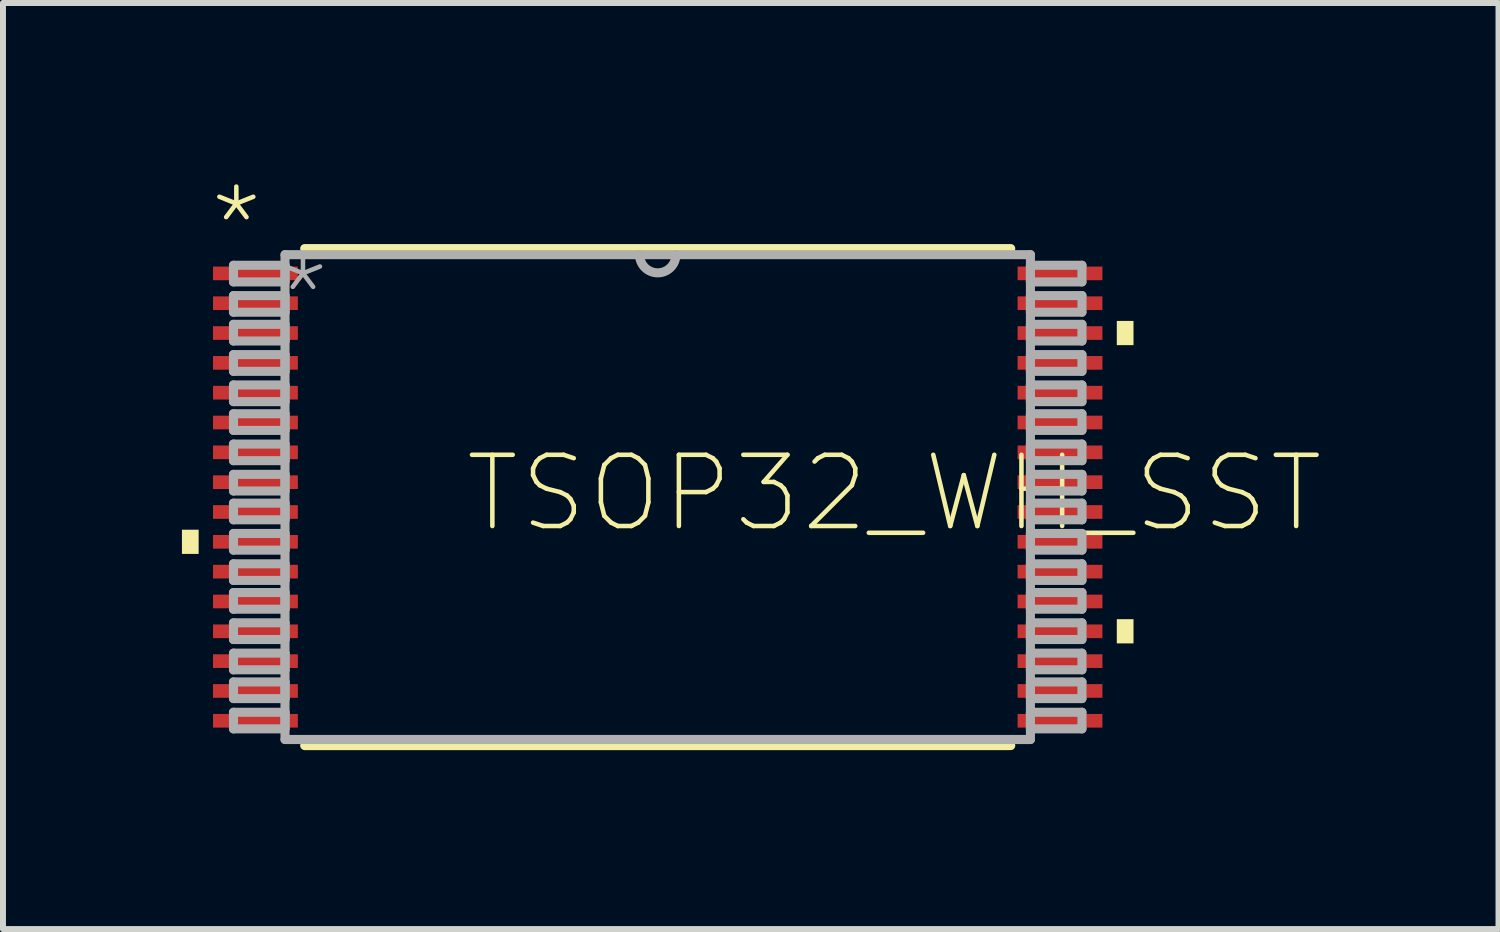
<source format=kicad_pcb>
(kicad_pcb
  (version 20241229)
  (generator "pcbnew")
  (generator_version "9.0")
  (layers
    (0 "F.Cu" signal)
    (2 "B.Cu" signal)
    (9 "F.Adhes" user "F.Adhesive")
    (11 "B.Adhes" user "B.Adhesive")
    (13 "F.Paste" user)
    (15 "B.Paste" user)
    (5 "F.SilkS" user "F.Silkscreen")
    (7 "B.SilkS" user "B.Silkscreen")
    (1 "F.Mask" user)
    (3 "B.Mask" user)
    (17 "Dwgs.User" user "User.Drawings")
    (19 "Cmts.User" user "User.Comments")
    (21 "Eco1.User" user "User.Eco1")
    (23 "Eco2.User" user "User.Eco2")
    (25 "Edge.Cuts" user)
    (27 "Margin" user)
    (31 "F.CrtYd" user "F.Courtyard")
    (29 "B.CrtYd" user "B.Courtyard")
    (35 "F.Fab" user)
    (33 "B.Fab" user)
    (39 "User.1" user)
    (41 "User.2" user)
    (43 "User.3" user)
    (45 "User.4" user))
  (footprint "TSOP32_WH_SST"
    (layer "F.Cu")
    (at 7.976 5.283)
    (property "Reference" "TSOP32_WH_SST" (at -3.277 0.635 0) (unlocked yes) (layer "F.SilkS") (effects (font (size 1.194 1.194) (thickness 0.076)) (justify left bottom)))
    (fp_line (start -5.918 4.166) (end 5.918 4.166) (stroke (width 0.152) (type solid)) (layer "F.SilkS"))
    (fp_line (start 5.918 -4.166) (end -5.918 -4.166) (stroke (width 0.152) (type solid)) (layer "F.SilkS"))
    (fp_poly (pts (xy -7.696 0.953) (xy -7.976 0.953) (xy -7.976 0.547) (xy -7.696 0.547)) (stroke (width 0) (type default)) (fill yes) (layer "F.SilkS"))
    (fp_poly (pts (xy 7.976 -2.547) (xy 7.696 -2.547) (xy 7.696 -2.953) (xy 7.976 -2.953)) (stroke (width 0) (type default)) (fill yes) (layer "F.SilkS"))
    (fp_poly (pts (xy 7.976 2.453) (xy 7.696 2.453) (xy 7.696 2.047) (xy 7.976 2.047)) (stroke (width 0) (type default)) (fill yes) (layer "F.SilkS"))
    (fp_line (start -7.112 -3.886) (end -7.112 -3.607) (stroke (width 0.152) (type solid)) (layer "F.Fab"))
    (fp_line (start -7.112 -3.607) (end -6.248 -3.607) (stroke (width 0.152) (type solid)) (layer "F.Fab"))
    (fp_line (start -7.112 -3.378) (end -7.112 -3.099) (stroke (width 0.152) (type solid)) (layer "F.Fab"))
    (fp_line (start -7.112 -3.099) (end -6.248 -3.099) (stroke (width 0.152) (type solid)) (layer "F.Fab"))
    (fp_line (start -7.112 -2.896) (end -7.112 -2.616) (stroke (width 0.152) (type solid)) (layer "F.Fab"))
    (fp_line (start -7.112 -2.616) (end -6.248 -2.616) (stroke (width 0.152) (type solid)) (layer "F.Fab"))
    (fp_line (start -7.112 -2.388) (end -7.112 -2.108) (stroke (width 0.152) (type solid)) (layer "F.Fab"))
    (fp_line (start -7.112 -2.108) (end -6.248 -2.108) (stroke (width 0.152) (type solid)) (layer "F.Fab"))
    (fp_line (start -7.112 -1.88) (end -7.112 -1.6) (stroke (width 0.152) (type solid)) (layer "F.Fab"))
    (fp_line (start -7.112 -1.6) (end -6.248 -1.6) (stroke (width 0.152) (type solid)) (layer "F.Fab"))
    (fp_line (start -7.112 -1.397) (end -7.112 -1.118) (stroke (width 0.152) (type solid)) (layer "F.Fab"))
    (fp_line (start -7.112 -1.118) (end -6.248 -1.118) (stroke (width 0.152) (type solid)) (layer "F.Fab"))
    (fp_line (start -7.112 -0.889) (end -7.112 -0.61) (stroke (width 0.152) (type solid)) (layer "F.Fab"))
    (fp_line (start -7.112 -0.61) (end -6.248 -0.61) (stroke (width 0.152) (type solid)) (layer "F.Fab"))
    (fp_line (start -7.112 -0.381) (end -7.112 -0.102) (stroke (width 0.152) (type solid)) (layer "F.Fab"))
    (fp_line (start -7.112 -0.102) (end -6.248 -0.102) (stroke (width 0.152) (type solid)) (layer "F.Fab"))
    (fp_line (start -7.112 0.102) (end -7.112 0.381) (stroke (width 0.152) (type solid)) (layer "F.Fab"))
    (fp_line (start -7.112 0.381) (end -6.248 0.381) (stroke (width 0.152) (type solid)) (layer "F.Fab"))
    (fp_line (start -7.112 0.61) (end -7.112 0.889) (stroke (width 0.152) (type solid)) (layer "F.Fab"))
    (fp_line (start -7.112 0.889) (end -6.248 0.889) (stroke (width 0.152) (type solid)) (layer "F.Fab"))
    (fp_line (start -7.112 1.118) (end -7.112 1.397) (stroke (width 0.152) (type solid)) (layer "F.Fab"))
    (fp_line (start -7.112 1.397) (end -6.248 1.397) (stroke (width 0.152) (type solid)) (layer "F.Fab"))
    (fp_line (start -7.112 1.6) (end -7.112 1.88) (stroke (width 0.152) (type solid)) (layer "F.Fab"))
    (fp_line (start -7.112 1.88) (end -6.248 1.88) (stroke (width 0.152) (type solid)) (layer "F.Fab"))
    (fp_line (start -7.112 2.108) (end -7.112 2.388) (stroke (width 0.152) (type solid)) (layer "F.Fab"))
    (fp_line (start -7.112 2.388) (end -6.248 2.388) (stroke (width 0.152) (type solid)) (layer "F.Fab"))
    (fp_line (start -7.112 2.616) (end -7.112 2.896) (stroke (width 0.152) (type solid)) (layer "F.Fab"))
    (fp_line (start -7.112 2.896) (end -6.248 2.896) (stroke (width 0.152) (type solid)) (layer "F.Fab"))
    (fp_line (start -7.112 3.099) (end -7.112 3.378) (stroke (width 0.152) (type solid)) (layer "F.Fab"))
    (fp_line (start -7.112 3.378) (end -6.248 3.378) (stroke (width 0.152) (type solid)) (layer "F.Fab"))
    (fp_line (start -7.112 3.607) (end -7.112 3.886) (stroke (width 0.152) (type solid)) (layer "F.Fab"))
    (fp_line (start -7.112 3.886) (end -6.248 3.886) (stroke (width 0.152) (type solid)) (layer "F.Fab"))
    (fp_line (start -6.248 -4.064) (end -6.248 4.064) (stroke (width 0.152) (type solid)) (layer "F.Fab"))
    (fp_line (start -6.248 -3.886) (end -7.112 -3.886) (stroke (width 0.152) (type solid)) (layer "F.Fab"))
    (fp_line (start -6.248 -3.607) (end -6.248 -3.886) (stroke (width 0.152) (type solid)) (layer "F.Fab"))
    (fp_line (start -6.248 -3.378) (end -7.112 -3.378) (stroke (width 0.152) (type solid)) (layer "F.Fab"))
    (fp_line (start -6.248 -3.099) (end -6.248 -3.378) (stroke (width 0.152) (type solid)) (layer "F.Fab"))
    (fp_line (start -6.248 -2.896) (end -7.112 -2.896) (stroke (width 0.152) (type solid)) (layer "F.Fab"))
    (fp_line (start -6.248 -2.616) (end -6.248 -2.896) (stroke (width 0.152) (type solid)) (layer "F.Fab"))
    (fp_line (start -6.248 -2.388) (end -7.112 -2.388) (stroke (width 0.152) (type solid)) (layer "F.Fab"))
    (fp_line (start -6.248 -2.108) (end -6.248 -2.388) (stroke (width 0.152) (type solid)) (layer "F.Fab"))
    (fp_line (start -6.248 -1.88) (end -7.112 -1.88) (stroke (width 0.152) (type solid)) (layer "F.Fab"))
    (fp_line (start -6.248 -1.6) (end -6.248 -1.88) (stroke (width 0.152) (type solid)) (layer "F.Fab"))
    (fp_line (start -6.248 -1.397) (end -7.112 -1.397) (stroke (width 0.152) (type solid)) (layer "F.Fab"))
    (fp_line (start -6.248 -1.118) (end -6.248 -1.397) (stroke (width 0.152) (type solid)) (layer "F.Fab"))
    (fp_line (start -6.248 -0.889) (end -7.112 -0.889) (stroke (width 0.152) (type solid)) (layer "F.Fab"))
    (fp_line (start -6.248 -0.61) (end -6.248 -0.889) (stroke (width 0.152) (type solid)) (layer "F.Fab"))
    (fp_line (start -6.248 -0.381) (end -7.112 -0.381) (stroke (width 0.152) (type solid)) (layer "F.Fab"))
    (fp_line (start -6.248 -0.102) (end -6.248 -0.381) (stroke (width 0.152) (type solid)) (layer "F.Fab"))
    (fp_line (start -6.248 0.102) (end -7.112 0.102) (stroke (width 0.152) (type solid)) (layer "F.Fab"))
    (fp_line (start -6.248 0.381) (end -6.248 0.102) (stroke (width 0.152) (type solid)) (layer "F.Fab"))
    (fp_line (start -6.248 0.61) (end -7.112 0.61) (stroke (width 0.152) (type solid)) (layer "F.Fab"))
    (fp_line (start -6.248 0.889) (end -6.248 0.61) (stroke (width 0.152) (type solid)) (layer "F.Fab"))
    (fp_line (start -6.248 1.118) (end -7.112 1.118) (stroke (width 0.152) (type solid)) (layer "F.Fab"))
    (fp_line (start -6.248 1.397) (end -6.248 1.118) (stroke (width 0.152) (type solid)) (layer "F.Fab"))
    (fp_line (start -6.248 1.6) (end -7.112 1.6) (stroke (width 0.152) (type solid)) (layer "F.Fab"))
    (fp_line (start -6.248 1.88) (end -6.248 1.6) (stroke (width 0.152) (type solid)) (layer "F.Fab"))
    (fp_line (start -6.248 2.108) (end -7.112 2.108) (stroke (width 0.152) (type solid)) (layer "F.Fab"))
    (fp_line (start -6.248 2.388) (end -6.248 2.108) (stroke (width 0.152) (type solid)) (layer "F.Fab"))
    (fp_line (start -6.248 2.616) (end -7.112 2.616) (stroke (width 0.152) (type solid)) (layer "F.Fab"))
    (fp_line (start -6.248 2.896) (end -6.248 2.616) (stroke (width 0.152) (type solid)) (layer "F.Fab"))
    (fp_line (start -6.248 3.099) (end -7.112 3.099) (stroke (width 0.152) (type solid)) (layer "F.Fab"))
    (fp_line (start -6.248 3.378) (end -6.248 3.099) (stroke (width 0.152) (type solid)) (layer "F.Fab"))
    (fp_line (start -6.248 3.607) (end -7.112 3.607) (stroke (width 0.152) (type solid)) (layer "F.Fab"))
    (fp_line (start -6.248 3.886) (end -6.248 3.607) (stroke (width 0.152) (type solid)) (layer "F.Fab"))
    (fp_line (start -6.248 4.064) (end 6.248 4.064) (stroke (width 0.152) (type solid)) (layer "F.Fab"))
    (fp_line (start -0.305 -4.064) (end -6.248 -4.064) (stroke (width 0.152) (type solid)) (layer "F.Fab"))
    (fp_line (start 0.305 -4.064) (end -0.305 -4.064) (stroke (width 0.152) (type solid)) (layer "F.Fab"))
    (fp_line (start 6.248 -4.064) (end 0.305 -4.064) (stroke (width 0.152) (type solid)) (layer "F.Fab"))
    (fp_line (start 6.248 -3.886) (end 6.248 -3.607) (stroke (width 0.152) (type solid)) (layer "F.Fab"))
    (fp_line (start 6.248 -3.607) (end 7.112 -3.607) (stroke (width 0.152) (type solid)) (layer "F.Fab"))
    (fp_line (start 6.248 -3.378) (end 6.248 -3.099) (stroke (width 0.152) (type solid)) (layer "F.Fab"))
    (fp_line (start 6.248 -3.099) (end 7.112 -3.099) (stroke (width 0.152) (type solid)) (layer "F.Fab"))
    (fp_line (start 6.248 -2.896) (end 6.248 -2.616) (stroke (width 0.152) (type solid)) (layer "F.Fab"))
    (fp_line (start 6.248 -2.616) (end 7.112 -2.616) (stroke (width 0.152) (type solid)) (layer "F.Fab"))
    (fp_line (start 6.248 -2.388) (end 6.248 -2.108) (stroke (width 0.152) (type solid)) (layer "F.Fab"))
    (fp_line (start 6.248 -2.108) (end 7.112 -2.108) (stroke (width 0.152) (type solid)) (layer "F.Fab"))
    (fp_line (start 6.248 -1.88) (end 6.248 -1.6) (stroke (width 0.152) (type solid)) (layer "F.Fab"))
    (fp_line (start 6.248 -1.6) (end 7.112 -1.6) (stroke (width 0.152) (type solid)) (layer "F.Fab"))
    (fp_line (start 6.248 -1.397) (end 6.248 -1.118) (stroke (width 0.152) (type solid)) (layer "F.Fab"))
    (fp_line (start 6.248 -1.118) (end 7.112 -1.118) (stroke (width 0.152) (type solid)) (layer "F.Fab"))
    (fp_line (start 6.248 -0.889) (end 6.248 -0.61) (stroke (width 0.152) (type solid)) (layer "F.Fab"))
    (fp_line (start 6.248 -0.61) (end 7.112 -0.61) (stroke (width 0.152) (type solid)) (layer "F.Fab"))
    (fp_line (start 6.248 -0.381) (end 6.248 -0.102) (stroke (width 0.152) (type solid)) (layer "F.Fab"))
    (fp_line (start 6.248 -0.102) (end 7.112 -0.102) (stroke (width 0.152) (type solid)) (layer "F.Fab"))
    (fp_line (start 6.248 0.102) (end 6.248 0.381) (stroke (width 0.152) (type solid)) (layer "F.Fab"))
    (fp_line (start 6.248 0.381) (end 7.112 0.381) (stroke (width 0.152) (type solid)) (layer "F.Fab"))
    (fp_line (start 6.248 0.61) (end 6.248 0.889) (stroke (width 0.152) (type solid)) (layer "F.Fab"))
    (fp_line (start 6.248 0.889) (end 7.112 0.889) (stroke (width 0.152) (type solid)) (layer "F.Fab"))
    (fp_line (start 6.248 1.118) (end 6.248 1.397) (stroke (width 0.152) (type solid)) (layer "F.Fab"))
    (fp_line (start 6.248 1.397) (end 7.112 1.397) (stroke (width 0.152) (type solid)) (layer "F.Fab"))
    (fp_line (start 6.248 1.6) (end 6.248 1.88) (stroke (width 0.152) (type solid)) (layer "F.Fab"))
    (fp_line (start 6.248 1.88) (end 7.112 1.88) (stroke (width 0.152) (type solid)) (layer "F.Fab"))
    (fp_line (start 6.248 2.108) (end 6.248 2.388) (stroke (width 0.152) (type solid)) (layer "F.Fab"))
    (fp_line (start 6.248 2.388) (end 7.112 2.388) (stroke (width 0.152) (type solid)) (layer "F.Fab"))
    (fp_line (start 6.248 2.616) (end 6.248 2.896) (stroke (width 0.152) (type solid)) (layer "F.Fab"))
    (fp_line (start 6.248 2.896) (end 7.112 2.896) (stroke (width 0.152) (type solid)) (layer "F.Fab"))
    (fp_line (start 6.248 3.099) (end 6.248 3.378) (stroke (width 0.152) (type solid)) (layer "F.Fab"))
    (fp_line (start 6.248 3.378) (end 7.112 3.378) (stroke (width 0.152) (type solid)) (layer "F.Fab"))
    (fp_line (start 6.248 3.607) (end 6.248 3.886) (stroke (width 0.152) (type solid)) (layer "F.Fab"))
    (fp_line (start 6.248 3.886) (end 7.112 3.886) (stroke (width 0.152) (type solid)) (layer "F.Fab"))
    (fp_line (start 6.248 4.064) (end 6.248 -4.064) (stroke (width 0.152) (type solid)) (layer "F.Fab"))
    (fp_line (start 7.112 -3.886) (end 6.248 -3.886) (stroke (width 0.152) (type solid)) (layer "F.Fab"))
    (fp_line (start 7.112 -3.607) (end 7.112 -3.886) (stroke (width 0.152) (type solid)) (layer "F.Fab"))
    (fp_line (start 7.112 -3.378) (end 6.248 -3.378) (stroke (width 0.152) (type solid)) (layer "F.Fab"))
    (fp_line (start 7.112 -3.099) (end 7.112 -3.378) (stroke (width 0.152) (type solid)) (layer "F.Fab"))
    (fp_line (start 7.112 -2.896) (end 6.248 -2.896) (stroke (width 0.152) (type solid)) (layer "F.Fab"))
    (fp_line (start 7.112 -2.616) (end 7.112 -2.896) (stroke (width 0.152) (type solid)) (layer "F.Fab"))
    (fp_line (start 7.112 -2.388) (end 6.248 -2.388) (stroke (width 0.152) (type solid)) (layer "F.Fab"))
    (fp_line (start 7.112 -2.108) (end 7.112 -2.388) (stroke (width 0.152) (type solid)) (layer "F.Fab"))
    (fp_line (start 7.112 -1.88) (end 6.248 -1.88) (stroke (width 0.152) (type solid)) (layer "F.Fab"))
    (fp_line (start 7.112 -1.6) (end 7.112 -1.88) (stroke (width 0.152) (type solid)) (layer "F.Fab"))
    (fp_line (start 7.112 -1.397) (end 6.248 -1.397) (stroke (width 0.152) (type solid)) (layer "F.Fab"))
    (fp_line (start 7.112 -1.118) (end 7.112 -1.397) (stroke (width 0.152) (type solid)) (layer "F.Fab"))
    (fp_line (start 7.112 -0.889) (end 6.248 -0.889) (stroke (width 0.152) (type solid)) (layer "F.Fab"))
    (fp_line (start 7.112 -0.61) (end 7.112 -0.889) (stroke (width 0.152) (type solid)) (layer "F.Fab"))
    (fp_line (start 7.112 -0.381) (end 6.248 -0.381) (stroke (width 0.152) (type solid)) (layer "F.Fab"))
    (fp_line (start 7.112 -0.102) (end 7.112 -0.381) (stroke (width 0.152) (type solid)) (layer "F.Fab"))
    (fp_line (start 7.112 0.102) (end 6.248 0.102) (stroke (width 0.152) (type solid)) (layer "F.Fab"))
    (fp_line (start 7.112 0.381) (end 7.112 0.102) (stroke (width 0.152) (type solid)) (layer "F.Fab"))
    (fp_line (start 7.112 0.61) (end 6.248 0.61) (stroke (width 0.152) (type solid)) (layer "F.Fab"))
    (fp_line (start 7.112 0.889) (end 7.112 0.61) (stroke (width 0.152) (type solid)) (layer "F.Fab"))
    (fp_line (start 7.112 1.118) (end 6.248 1.118) (stroke (width 0.152) (type solid)) (layer "F.Fab"))
    (fp_line (start 7.112 1.397) (end 7.112 1.118) (stroke (width 0.152) (type solid)) (layer "F.Fab"))
    (fp_line (start 7.112 1.6) (end 6.248 1.6) (stroke (width 0.152) (type solid)) (layer "F.Fab"))
    (fp_line (start 7.112 1.88) (end 7.112 1.6) (stroke (width 0.152) (type solid)) (layer "F.Fab"))
    (fp_line (start 7.112 2.108) (end 6.248 2.108) (stroke (width 0.152) (type solid)) (layer "F.Fab"))
    (fp_line (start 7.112 2.388) (end 7.112 2.108) (stroke (width 0.152) (type solid)) (layer "F.Fab"))
    (fp_line (start 7.112 2.616) (end 6.248 2.616) (stroke (width 0.152) (type solid)) (layer "F.Fab"))
    (fp_line (start 7.112 2.896) (end 7.112 2.616) (stroke (width 0.152) (type solid)) (layer "F.Fab"))
    (fp_line (start 7.112 3.099) (end 6.248 3.099) (stroke (width 0.152) (type solid)) (layer "F.Fab"))
    (fp_line (start 7.112 3.378) (end 7.112 3.099) (stroke (width 0.152) (type solid)) (layer "F.Fab"))
    (fp_line (start 7.112 3.607) (end 6.248 3.607) (stroke (width 0.152) (type solid)) (layer "F.Fab"))
    (fp_line (start 7.112 3.886) (end 7.112 3.607) (stroke (width 0.152) (type solid)) (layer "F.Fab"))
    (fp_arc (start 0.3048 -4.064) (mid 0 -3.7592) (end -0.3048 -4.064) (stroke (width 0.1524) (type solid)) (layer "F.Fab"))
    (fp_text user "*" (at -7.569 -3.861 0) (unlocked yes) (layer "F.SilkS") (effects (font (size 1.194 1.194) (thickness 0.076)) (justify left bottom)))
    (fp_text user "*" (at -6.452 -2.692 0) (unlocked yes) (layer "F.Fab") (effects (font (size 1.194 1.194) (thickness 0.076)) (justify left bottom)))
    (pad "1" smd rect (at -6.744 -3.75) (size 1.422 0.229) (layers "F.Cu" "F.Mask" "F.Paste"))
    (pad "2" smd rect (at -6.744 -3.25) (size 1.422 0.229) (layers "F.Cu" "F.Mask" "F.Paste"))
    (pad "3" smd rect (at -6.744 -2.75) (size 1.422 0.229) (layers "F.Cu" "F.Mask" "F.Paste"))
    (pad "4" smd rect (at -6.744 -2.25) (size 1.422 0.229) (layers "F.Cu" "F.Mask" "F.Paste"))
    (pad "5" smd rect (at -6.744 -1.75) (size 1.422 0.229) (layers "F.Cu" "F.Mask" "F.Paste"))
    (pad "6" smd rect (at -6.744 -1.25) (size 1.422 0.229) (layers "F.Cu" "F.Mask" "F.Paste"))
    (pad "7" smd rect (at -6.744 -0.75) (size 1.422 0.229) (layers "F.Cu" "F.Mask" "F.Paste"))
    (pad "8" smd rect (at -6.744 -0.25) (size 1.422 0.229) (layers "F.Cu" "F.Mask" "F.Paste"))
    (pad "9" smd rect (at -6.744 0.25) (size 1.422 0.229) (layers "F.Cu" "F.Mask" "F.Paste"))
    (pad "10" smd rect (at -6.744 0.75) (size 1.422 0.229) (layers "F.Cu" "F.Mask" "F.Paste"))
    (pad "11" smd rect (at -6.744 1.25) (size 1.422 0.229) (layers "F.Cu" "F.Mask" "F.Paste"))
    (pad "12" smd rect (at -6.744 1.75) (size 1.422 0.229) (layers "F.Cu" "F.Mask" "F.Paste"))
    (pad "13" smd rect (at -6.744 2.25) (size 1.422 0.229) (layers "F.Cu" "F.Mask" "F.Paste"))
    (pad "14" smd rect (at -6.744 2.75) (size 1.422 0.229) (layers "F.Cu" "F.Mask" "F.Paste"))
    (pad "15" smd rect (at -6.744 3.25) (size 1.422 0.229) (layers "F.Cu" "F.Mask" "F.Paste"))
    (pad "16" smd rect (at -6.744 3.75) (size 1.422 0.229) (layers "F.Cu" "F.Mask" "F.Paste"))
    (pad "17" smd rect (at 6.744 3.75) (size 1.422 0.229) (layers "F.Cu" "F.Mask" "F.Paste"))
    (pad "18" smd rect (at 6.744 3.25) (size 1.422 0.229) (layers "F.Cu" "F.Mask" "F.Paste"))
    (pad "19" smd rect (at 6.744 2.75) (size 1.422 0.229) (layers "F.Cu" "F.Mask" "F.Paste"))
    (pad "20" smd rect (at 6.744 2.25) (size 1.422 0.229) (layers "F.Cu" "F.Mask" "F.Paste"))
    (pad "21" smd rect (at 6.744 1.75) (size 1.422 0.229) (layers "F.Cu" "F.Mask" "F.Paste"))
    (pad "22" smd rect (at 6.744 1.25) (size 1.422 0.229) (layers "F.Cu" "F.Mask" "F.Paste"))
    (pad "23" smd rect (at 6.744 0.75) (size 1.422 0.229) (layers "F.Cu" "F.Mask" "F.Paste"))
    (pad "24" smd rect (at 6.744 0.25) (size 1.422 0.229) (layers "F.Cu" "F.Mask" "F.Paste"))
    (pad "25" smd rect (at 6.744 -0.25) (size 1.422 0.229) (layers "F.Cu" "F.Mask" "F.Paste"))
    (pad "26" smd rect (at 6.744 -0.75) (size 1.422 0.229) (layers "F.Cu" "F.Mask" "F.Paste"))
    (pad "27" smd rect (at 6.744 -1.25) (size 1.422 0.229) (layers "F.Cu" "F.Mask" "F.Paste"))
    (pad "28" smd rect (at 6.744 -1.75) (size 1.422 0.229) (layers "F.Cu" "F.Mask" "F.Paste"))
    (pad "29" smd rect (at 6.744 -2.25) (size 1.422 0.229) (layers "F.Cu" "F.Mask" "F.Paste"))
    (pad "30" smd rect (at 6.744 -2.75) (size 1.422 0.229) (layers "F.Cu" "F.Mask" "F.Paste"))
    (pad "31" smd rect (at 6.744 -3.25) (size 1.422 0.229) (layers "F.Cu" "F.Mask" "F.Paste"))
    (pad "32" smd rect (at 6.744 -3.75) (size 1.422 0.229) (layers "F.Cu" "F.Mask" "F.Paste")))
  (gr_rect
    (start -3 -3)
    (end 22.071 12.525)
    (stroke (width 0.1) (type default))
    (fill no)
    (layer "Edge.Cuts")))
</source>
